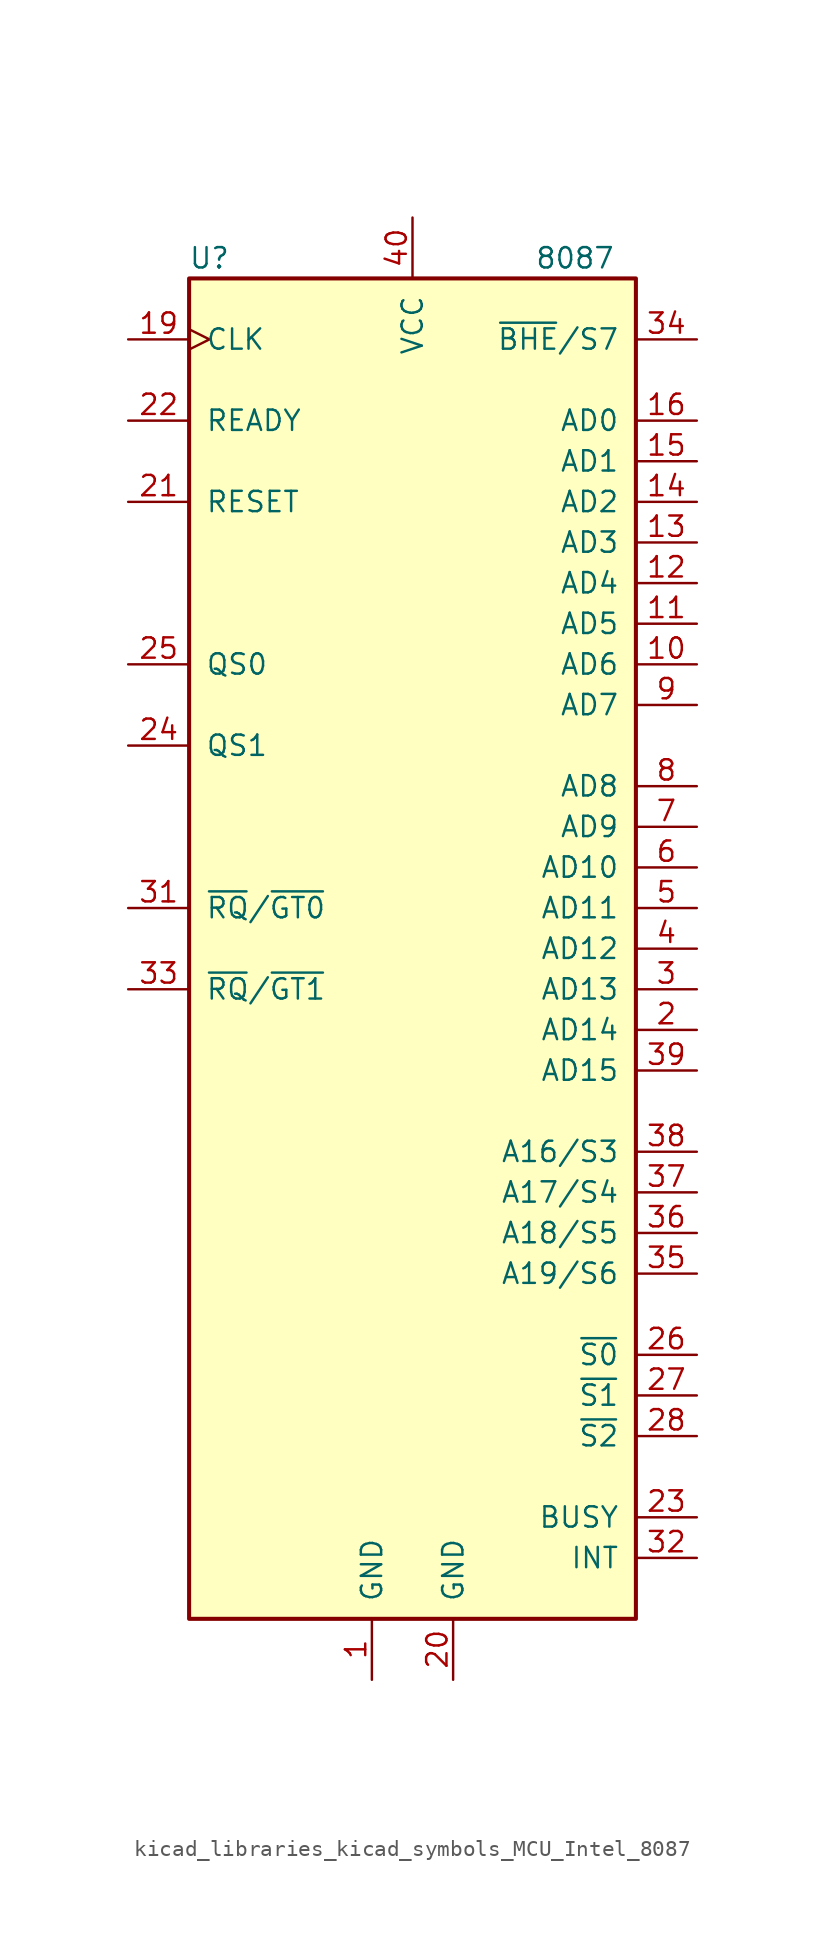
<source format=kicad_sym>
(kicad_symbol_lib
  (version 20220914)
  (generator kicad_symbol_editor)
  (symbol "kicad_libraries_kicad_symbols_MCU_Intel_8087"
    (pin_names
      (offset 1.016))
    (property "Reference" "U"
      (at -12.7 43.18 0)
      (effects (font (size 1.27 1.27))))
    (property "Value" "8087"
      (at 10.16 43.18 0)
      (effects (font (size 1.27 1.27))))
    (symbol "kicad_libraries_kicad_symbols_MCU_Intel_8087_0_1"
      (rectangle (start 13.97 -41.91) (end -13.97 41.91) (stroke (width 0.254) (type default)) (fill (type background))))
    (symbol "kicad_libraries_kicad_symbols_MCU_Intel_8087_1_1"
      (pin power_in line (at -2.54 -45.72 90) (length 3.81) (name "GND" (effects (font (size 1.27 1.27)))) (number "1" (effects (font (size 1.27 1.27)))))
      (pin bidirectional line (at 17.78 17.78 180) (length 3.81) (name "AD6" (effects (font (size 1.27 1.27)))) (number "10" (effects (font (size 1.27 1.27)))))
      (pin bidirectional line (at 17.78 20.32 180) (length 3.81) (name "AD5" (effects (font (size 1.27 1.27)))) (number "11" (effects (font (size 1.27 1.27)))))
      (pin bidirectional line (at 17.78 22.86 180) (length 3.81) (name "AD4" (effects (font (size 1.27 1.27)))) (number "12" (effects (font (size 1.27 1.27)))))
      (pin bidirectional line (at 17.78 25.4 180) (length 3.81) (name "AD3" (effects (font (size 1.27 1.27)))) (number "13" (effects (font (size 1.27 1.27)))))
      (pin bidirectional line (at 17.78 27.94 180) (length 3.81) (name "AD2" (effects (font (size 1.27 1.27)))) (number "14" (effects (font (size 1.27 1.27)))))
      (pin bidirectional line (at 17.78 30.48 180) (length 3.81) (name "AD1" (effects (font (size 1.27 1.27)))) (number "15" (effects (font (size 1.27 1.27)))))
      (pin bidirectional line (at 17.78 33.02 180) (length 3.81) (name "AD0" (effects (font (size 1.27 1.27)))) (number "16" (effects (font (size 1.27 1.27)))))
      (pin no_connect line (at -13.97 -30.48 0) (length 3.81) hide (name "NC" (effects (font (size 1.27 1.27)))) (number "17" (effects (font (size 1.27 1.27)))))
      (pin no_connect line (at -13.97 -33.02 0) (length 3.81) hide (name "NC" (effects (font (size 1.27 1.27)))) (number "18" (effects (font (size 1.27 1.27)))))
      (pin input clock (at -17.78 38.1 0) (length 3.81) (name "CLK" (effects (font (size 1.27 1.27)))) (number "19" (effects (font (size 1.27 1.27)))))
      (pin bidirectional line (at 17.78 -5.08 180) (length 3.81) (name "AD14" (effects (font (size 1.27 1.27)))) (number "2" (effects (font (size 1.27 1.27)))))
      (pin power_in line (at 2.54 -45.72 90) (length 3.81) (name "GND" (effects (font (size 1.27 1.27)))) (number "20" (effects (font (size 1.27 1.27)))))
      (pin input line (at -17.78 27.94 0) (length 3.81) (name "RESET" (effects (font (size 1.27 1.27)))) (number "21" (effects (font (size 1.27 1.27)))))
      (pin input line (at -17.78 33.02 0) (length 3.81) (name "READY" (effects (font (size 1.27 1.27)))) (number "22" (effects (font (size 1.27 1.27)))))
      (pin output line (at 17.78 -35.56 180) (length 3.81) (name "BUSY" (effects (font (size 1.27 1.27)))) (number "23" (effects (font (size 1.27 1.27)))))
      (pin input line (at -17.78 12.7 0) (length 3.81) (name "QS1" (effects (font (size 1.27 1.27)))) (number "24" (effects (font (size 1.27 1.27)))))
      (pin input line (at -17.78 17.78 0) (length 3.81) (name "QS0" (effects (font (size 1.27 1.27)))) (number "25" (effects (font (size 1.27 1.27)))))
      (pin bidirectional line (at 17.78 -25.4 180) (length 3.81) (name "~{S0}" (effects (font (size 1.27 1.27)))) (number "26" (effects (font (size 1.27 1.27)))))
      (pin bidirectional line (at 17.78 -27.94 180) (length 3.81) (name "~{S1}" (effects (font (size 1.27 1.27)))) (number "27" (effects (font (size 1.27 1.27)))))
      (pin bidirectional line (at 17.78 -30.48 180) (length 3.81) (name "~{S2}" (effects (font (size 1.27 1.27)))) (number "28" (effects (font (size 1.27 1.27)))))
      (pin no_connect line (at -13.97 -35.56 0) (length 3.81) hide (name "NC" (effects (font (size 1.27 1.27)))) (number "29" (effects (font (size 1.27 1.27)))))
      (pin bidirectional line (at 17.78 -2.54 180) (length 3.81) (name "AD13" (effects (font (size 1.27 1.27)))) (number "3" (effects (font (size 1.27 1.27)))))
      (pin no_connect line (at -13.97 -38.1 0) (length 3.81) hide (name "NC" (effects (font (size 1.27 1.27)))) (number "30" (effects (font (size 1.27 1.27)))))
      (pin bidirectional line (at -17.78 2.54 0) (length 3.81) (name "~{RQ}/~{GT0}" (effects (font (size 1.27 1.27)))) (number "31" (effects (font (size 1.27 1.27)))))
      (pin output line (at 17.78 -38.1 180) (length 3.81) (name "INT" (effects (font (size 1.27 1.27)))) (number "32" (effects (font (size 1.27 1.27)))))
      (pin bidirectional line (at -17.78 -2.54 0) (length 3.81) (name "~{RQ}/~{GT1}" (effects (font (size 1.27 1.27)))) (number "33" (effects (font (size 1.27 1.27)))))
      (pin bidirectional line (at 17.78 38.1 180) (length 3.81) (name "~{BHE}/S7" (effects (font (size 1.27 1.27)))) (number "34" (effects (font (size 1.27 1.27)))))
      (pin bidirectional line (at 17.78 -20.32 180) (length 3.81) (name "A19/S6" (effects (font (size 1.27 1.27)))) (number "35" (effects (font (size 1.27 1.27)))))
      (pin bidirectional line (at 17.78 -17.78 180) (length 3.81) (name "A18/S5" (effects (font (size 1.27 1.27)))) (number "36" (effects (font (size 1.27 1.27)))))
      (pin bidirectional line (at 17.78 -15.24 180) (length 3.81) (name "A17/S4" (effects (font (size 1.27 1.27)))) (number "37" (effects (font (size 1.27 1.27)))))
      (pin bidirectional line (at 17.78 -12.7 180) (length 3.81) (name "A16/S3" (effects (font (size 1.27 1.27)))) (number "38" (effects (font (size 1.27 1.27)))))
      (pin bidirectional line (at 17.78 -7.62 180) (length 3.81) (name "AD15" (effects (font (size 1.27 1.27)))) (number "39" (effects (font (size 1.27 1.27)))))
      (pin bidirectional line (at 17.78 0 180) (length 3.81) (name "AD12" (effects (font (size 1.27 1.27)))) (number "4" (effects (font (size 1.27 1.27)))))
      (pin power_in line (at 0 45.72 270) (length 3.81) (name "VCC" (effects (font (size 1.27 1.27)))) (number "40" (effects (font (size 1.27 1.27)))))
      (pin bidirectional line (at 17.78 2.54 180) (length 3.81) (name "AD11" (effects (font (size 1.27 1.27)))) (number "5" (effects (font (size 1.27 1.27)))))
      (pin bidirectional line (at 17.78 5.08 180) (length 3.81) (name "AD10" (effects (font (size 1.27 1.27)))) (number "6" (effects (font (size 1.27 1.27)))))
      (pin bidirectional line (at 17.78 7.62 180) (length 3.81) (name "AD9" (effects (font (size 1.27 1.27)))) (number "7" (effects (font (size 1.27 1.27)))))
      (pin bidirectional line (at 17.78 10.16 180) (length 3.81) (name "AD8" (effects (font (size 1.27 1.27)))) (number "8" (effects (font (size 1.27 1.27)))))
      (pin bidirectional line (at 17.78 15.24 180) (length 3.81) (name "AD7" (effects (font (size 1.27 1.27)))) (number "9" (effects (font (size 1.27 1.27))))))))
</source>
